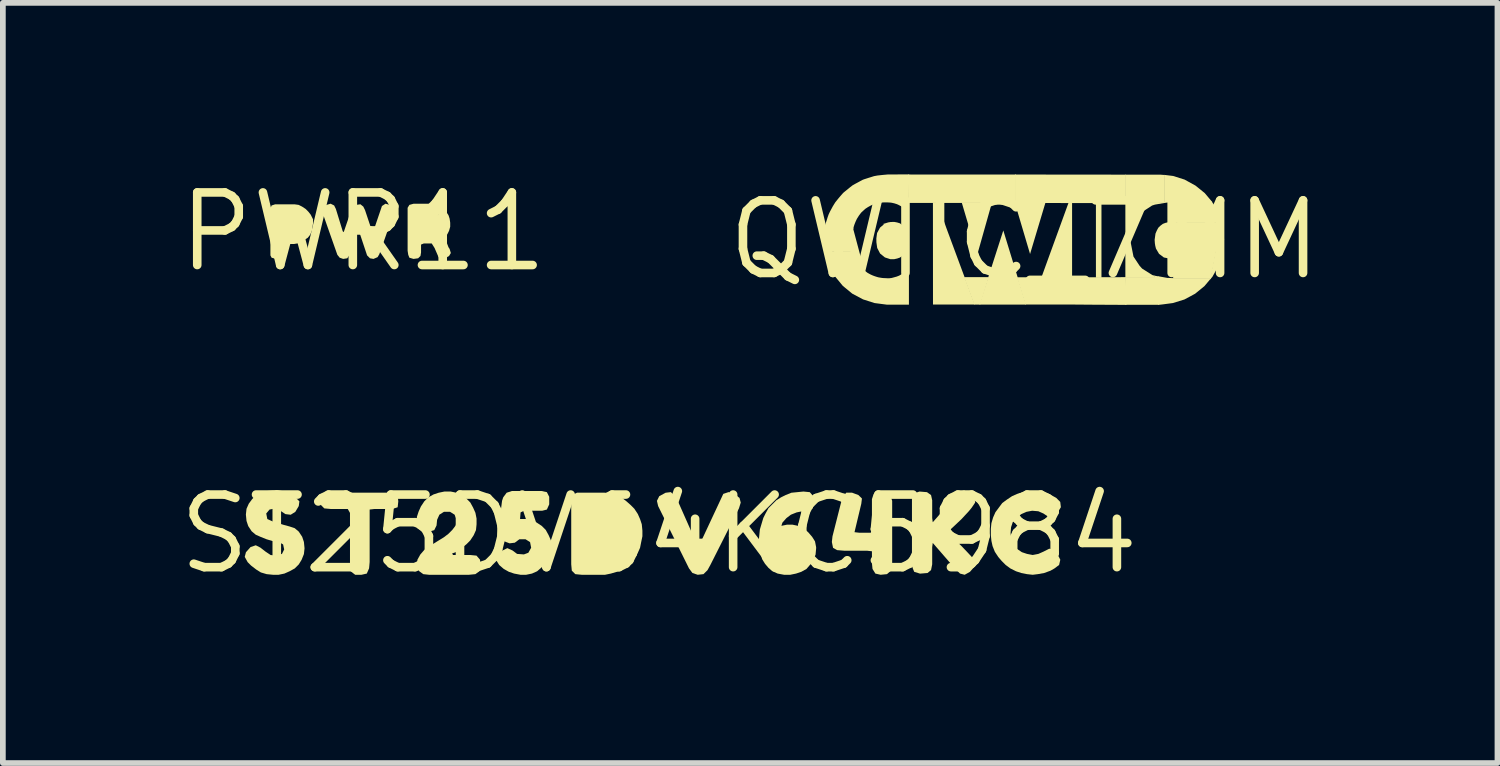
<source format=kicad_pcb>
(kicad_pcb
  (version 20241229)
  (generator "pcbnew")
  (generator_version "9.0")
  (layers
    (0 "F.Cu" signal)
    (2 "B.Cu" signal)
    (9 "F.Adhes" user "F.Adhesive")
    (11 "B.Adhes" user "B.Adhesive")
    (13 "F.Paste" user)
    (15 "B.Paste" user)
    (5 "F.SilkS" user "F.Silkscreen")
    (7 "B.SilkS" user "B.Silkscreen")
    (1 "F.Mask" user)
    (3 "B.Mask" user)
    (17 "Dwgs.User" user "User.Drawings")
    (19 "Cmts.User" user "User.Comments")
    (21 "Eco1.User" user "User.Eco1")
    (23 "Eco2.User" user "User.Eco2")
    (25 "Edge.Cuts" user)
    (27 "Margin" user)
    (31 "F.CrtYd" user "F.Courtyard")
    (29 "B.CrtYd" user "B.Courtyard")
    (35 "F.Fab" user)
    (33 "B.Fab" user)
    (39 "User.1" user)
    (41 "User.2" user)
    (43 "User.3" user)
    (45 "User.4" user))
  (footprint "ST25DV64KC5984"
    (layer "F.Cu")
    (at 8.474 6.291)
    (property "Reference" "ST25DV64KC5984" (at 0 0 0) (layer "F.SilkS") (effects (font (size 1.27 1.27) (thickness 0.15))))
    (fp_poly (pts (xy 1.321 -0.702) (xy 1.412 -0.631) (xy 1.433 -0.55) (xy 1.402 -0.449) (xy 0.902 0.541) (xy 0.852 0.632) (xy 0.781 0.702) (xy 0.68 0.713) (xy 0.588 0.682) (xy 0.528 0.601) (xy -0.012 -0.489) (xy -0.033 -0.58) (xy 0.008 -0.662) (xy 0.119 -0.722) (xy 0.211 -0.733) (xy 0.282 -0.662) (xy 0.322 -0.601) (xy 0.672 0.189) (xy 0.699 0.216) (xy 1.128 -0.702) (xy 1.22 -0.733)) (stroke (width 0) (type default)) (fill yes) (layer "F.SilkS"))
    (fp_poly (pts (xy -4.568 -0.671) (xy -4.557 -0.57) (xy -4.568 -0.468) (xy -4.66 -0.438) (xy -4.97 -0.438) (xy -5.058 -0.428) (xy -5.058 0.49) (xy -5.068 0.601) (xy -5.108 0.692) (xy -5.2 0.713) (xy -5.311 0.713) (xy -5.392 0.651) (xy -5.402 0.55) (xy -5.402 -0.369) (xy -5.441 -0.438) (xy -5.74 -0.438) (xy -5.851 -0.448) (xy -5.912 -0.509) (xy -5.923 -0.62) (xy -5.882 -0.702) (xy -5.78 -0.723) (xy -4.639 -0.723)) (stroke (width 0) (type default)) (fill yes) (layer "F.SilkS"))
    (fp_poly (pts (xy 3.491 -0.682) (xy 3.553 -0.621) (xy 3.542 -0.53) (xy 3.423 -0.032) (xy 3.51 -0.022) (xy 3.708 -0.022) (xy 3.728 -0.1) (xy 3.728 -0.61) (xy 3.758 -0.702) (xy 3.86 -0.723) (xy 3.971 -0.723) (xy 4.052 -0.672) (xy 4.082 -0.58) (xy 4.082 0.54) (xy 4.062 0.641) (xy 3.991 0.702) (xy 3.88 0.713) (xy 3.788 0.692) (xy 3.738 0.611) (xy 3.728 0.51) (xy 3.728 0.302) (xy 3.64 0.292) (xy 3.24 0.292) (xy 3.119 0.282) (xy 3.048 0.242) (xy 3.027 0.14) (xy 3.038 0.04) (xy 3.188 -0.551) (xy 3.218 -0.651) (xy 3.279 -0.723) (xy 3.38 -0.723)) (stroke (width 0) (type default)) (fill yes) (layer "F.SilkS"))
    (fp_poly (pts (xy -0.85 -0.712) (xy -0.749 -0.682) (xy -0.659 -0.642) (xy -0.578 -0.582) (xy -0.498 -0.512) (xy -0.428 -0.442) (xy -0.368 -0.351) (xy -0.328 -0.261) (xy -0.298 -0.171) (xy -0.287 -0.06) (xy -0.287 0.04) (xy -0.308 0.14) (xy -0.328 0.241) (xy -0.368 0.331) (xy -0.428 0.411) (xy -0.488 0.492) (xy -0.568 0.562) (xy -0.649 0.622) (xy -0.737 0.661) (xy -0.737 0.662) (xy -0.739 0.662) (xy -0.741 0.663) (xy -0.741 0.663) (xy -0.839 0.692) (xy -0.94 0.713) (xy -1.35 0.713) (xy -1.461 0.702) (xy -1.522 0.641) (xy -1.532 0.53) (xy -1.532 -0.59) (xy -1.512 -0.682) (xy -1.431 -0.723) (xy -0.95 -0.723)) (stroke (width 0) (type default)) (fill yes) (layer "F.SilkS"))
    (fp_poly (pts (xy 5.431 -0.722) (xy 5.522 -0.631) (xy 5.533 -0.549) (xy 5.472 -0.459) (xy 5.422 -0.398) (xy 5.292 -0.258) (xy 5.122 -0.098) (xy 5.044 -0.03) (xy 5.302 0.218) (xy 5.472 0.398) (xy 5.533 0.499) (xy 5.522 0.571) (xy 5.442 0.662) (xy 5.35 0.713) (xy 5.269 0.692) (xy 5.188 0.612) (xy 4.792 0.156) (xy 4.782 0.23) (xy 4.782 0.53) (xy 4.762 0.631) (xy 4.701 0.682) (xy 4.57 0.693) (xy 4.468 0.662) (xy 4.438 0.591) (xy 4.428 0.48) (xy 4.428 -0.631) (xy 4.468 -0.712) (xy 4.56 -0.743) (xy 4.691 -0.732) (xy 4.762 -0.681) (xy 4.782 -0.59) (xy 4.782 -0.28) (xy 4.792 -0.206) (xy 5.008 -0.452) (xy 5.188 -0.662) (xy 5.269 -0.742) (xy 5.34 -0.763)) (stroke (width 0) (type default)) (fill yes) (layer "F.SilkS"))
    (fp_poly (pts (xy 2.641 -0.732) (xy 2.702 -0.661) (xy 2.713 -0.55) (xy 2.692 -0.449) (xy 2.621 -0.398) (xy 2.51 -0.398) (xy 2.411 -0.378) (xy 2.311 -0.338) (xy 2.232 -0.278) (xy 2.162 -0.199) (xy 2.144 -0.143) (xy 2.24 -0.163) (xy 2.34 -0.163) (xy 2.441 -0.142) (xy 2.531 -0.102) (xy 2.612 -0.032) (xy 2.682 0.049) (xy 2.732 0.129) (xy 2.752 0.23) (xy 2.752 0.25) (xy 2.742 0.361) (xy 2.702 0.451) (xy 2.652 0.531) (xy 2.582 0.612) (xy 2.491 0.662) (xy 2.401 0.692) (xy 2.3 0.713) (xy 2.19 0.713) (xy 2.079 0.692) (xy 1.989 0.652) (xy 1.918 0.592) (xy 1.858 0.521) (xy 1.808 0.441) (xy 1.778 0.341) (xy 1.758 0.24) (xy 1.747 0.13) (xy 1.758 0.02) (xy 1.768 -0.08) (xy 1.798 -0.181) (xy 1.828 -0.281) (xy 1.868 -0.361) (xy 1.918 -0.452) (xy 1.988 -0.522) (xy 2.058 -0.592) (xy 2.139 -0.642) (xy 2.219 -0.682) (xy 2.319 -0.722) (xy 2.42 -0.732) (xy 2.53 -0.743)) (stroke (width 0) (type default)) (fill yes) (layer "F.SilkS"))
    (fp_poly (pts (xy -1.958 -0.732) (xy -1.917 -0.651) (xy -1.917 -0.519) (xy -1.958 -0.428) (xy -2.04 -0.407) (xy -2.359 -0.407) (xy -2.418 -0.378) (xy -2.427 -0.263) (xy -2.33 -0.263) (xy -2.229 -0.242) (xy -2.139 -0.202) (xy -2.048 -0.142) (xy -1.978 -0.072) (xy -1.928 0.019) (xy -1.888 0.109) (xy -1.877 0.22) (xy -1.898 0.321) (xy -1.928 0.421) (xy -1.978 0.501) (xy -2.048 0.582) (xy -2.129 0.652) (xy -2.219 0.692) (xy -2.32 0.713) (xy -2.42 0.713) (xy -2.531 0.692) (xy -2.621 0.662) (xy -2.711 0.612) (xy -2.792 0.542) (xy -2.843 0.46) (xy -2.812 0.379) (xy -2.732 0.288) (xy -2.65 0.247) (xy -2.559 0.288) (xy -2.479 0.348) (xy -2.36 0.357) (xy -2.282 0.328) (xy -2.233 0.24) (xy -2.252 0.142) (xy -2.331 0.092) (xy -2.439 0.092) (xy -2.519 0.152) (xy -2.61 0.163) (xy -2.721 0.122) (xy -2.802 0.062) (xy -2.823 0.000212) (xy -2.792 -0.19) (xy -2.742 -0.581) (xy -2.722 -0.641) (xy -2.662 -0.722) (xy -2.57 -0.752) (xy -2.05 -0.752)) (stroke (width 0) (type default)) (fill yes) (layer "F.SilkS"))
    (fp_poly (pts (xy -3.539 -0.722) (xy -3.449 -0.682) (xy -3.368 -0.622) (xy -3.298 -0.552) (xy -3.248 -0.461) (xy -3.208 -0.371) (xy -3.188 -0.27) (xy -3.188 -0.17) (xy -3.198 -0.069) (xy -3.238 0.021) (xy -3.298 0.112) (xy -3.368 0.182) (xy -3.458 0.252) (xy -3.539 0.312) (xy -3.616 0.341) (xy -3.599 0.367) (xy -3.3 0.367) (xy -3.189 0.378) (xy -3.128 0.449) (xy -3.117 0.55) (xy -3.138 0.651) (xy -3.209 0.702) (xy -3.32 0.713) (xy -4.02 0.713) (xy -4.121 0.702) (xy -4.202 0.642) (xy -4.233 0.54) (xy -4.222 0.449) (xy -4.172 0.359) (xy -4.102 0.278) (xy -4.021 0.218) (xy -3.761 0.058) (xy -3.682 -0.002) (xy -3.612 -0.072) (xy -3.552 -0.151) (xy -3.533 -0.24) (xy -3.572 -0.338) (xy -3.651 -0.388) (xy -3.759 -0.388) (xy -3.838 -0.338) (xy -3.878 -0.249) (xy -3.888 -0.149) (xy -3.928 -0.068) (xy -4.03 -0.037) (xy -4.151 -0.048) (xy -4.222 -0.099) (xy -4.232 -0.19) (xy -4.232 -0.3) (xy -4.202 -0.391) (xy -4.162 -0.481) (xy -4.102 -0.572) (xy -4.032 -0.642) (xy -3.941 -0.692) (xy -3.851 -0.722) (xy -3.75 -0.743) (xy -3.64 -0.743)) (stroke (width 0) (type default)) (fill yes) (layer "F.SilkS"))
    (fp_poly (pts (xy 6.66 -0.742) (xy 6.771 -0.722) (xy 6.861 -0.682) (xy 6.952 -0.632) (xy 7.022 -0.561) (xy 7.033 -0.469) (xy 6.972 -0.368) (xy 6.891 -0.297) (xy 6.819 -0.297) (xy 6.729 -0.358) (xy 6.639 -0.398) (xy 6.53 -0.407) (xy 6.431 -0.388) (xy 6.341 -0.348) (xy 6.262 -0.288) (xy 6.192 -0.209) (xy 6.162 -0.119) (xy 6.153 -0.02) (xy 6.162 0.089) (xy 6.202 0.179) (xy 6.262 0.258) (xy 6.351 0.318) (xy 6.441 0.348) (xy 6.54 0.367) (xy 6.639 0.348) (xy 6.729 0.308) (xy 6.83 0.257) (xy 6.901 0.268) (xy 6.972 0.349) (xy 7.023 0.45) (xy 7.002 0.541) (xy 6.921 0.602) (xy 6.851 0.642) (xy 6.741 0.682) (xy 6.63 0.702) (xy 6.54 0.713) (xy 6.44 0.702) (xy 6.339 0.682) (xy 6.249 0.652) (xy 6.149 0.602) (xy 6.068 0.542) (xy 5.998 0.472) (xy 5.938 0.402) (xy 5.878 0.311) (xy 5.838 0.211) (xy 5.818 0.12) (xy 5.808 0.02) (xy 5.808 -0.09) (xy 5.818 -0.19) (xy 5.848 -0.291) (xy 5.888 -0.381) (xy 5.948 -0.462) (xy 6.008 -0.542) (xy 6.089 -0.602) (xy 6.179 -0.662) (xy 6.269 -0.702) (xy 6.369 -0.732) (xy 6.47 -0.752) (xy 6.56 -0.752)) (stroke (width 0) (type default)) (fill yes) (layer "F.SilkS"))
    (fp_poly (pts (xy -6.539 -0.742) (xy -6.439 -0.702) (xy -6.368 -0.652) (xy -6.287 -0.571) (xy -6.298 -0.489) (xy -6.358 -0.388) (xy -6.439 -0.337) (xy -6.531 -0.348) (xy -6.621 -0.408) (xy -6.71 -0.447) (xy -6.809 -0.428) (xy -6.867 -0.359) (xy -6.848 -0.262) (xy -6.759 -0.222) (xy -6.569 -0.162) (xy -6.459 -0.132) (xy -6.369 -0.102) (xy -6.298 -0.042) (xy -6.238 0.049) (xy -6.208 0.139) (xy -6.197 0.25) (xy -6.208 0.351) (xy -6.248 0.451) (xy -6.298 0.532) (xy -6.368 0.602) (xy -6.459 0.652) (xy -6.549 0.692) (xy -6.65 0.713) (xy -6.75 0.713) (xy -6.86 0.702) (xy -6.961 0.672) (xy -7.041 0.622) (xy -7.132 0.552) (xy -7.192 0.492) (xy -7.243 0.4) (xy -7.222 0.319) (xy -7.141 0.228) (xy -7.05 0.197) (xy -6.969 0.238) (xy -6.879 0.308) (xy -6.789 0.368) (xy -6.69 0.377) (xy -6.592 0.348) (xy -6.553 0.27) (xy -6.572 0.182) (xy -6.661 0.132) (xy -6.76 0.122) (xy -6.861 0.092) (xy -6.961 0.052) (xy -7.051 0.012) (xy -7.122 -0.048) (xy -7.182 -0.139) (xy -7.212 -0.229) (xy -7.223 -0.34) (xy -7.212 -0.441) (xy -7.172 -0.531) (xy -7.112 -0.612) (xy -7.041 -0.682) (xy -6.961 -0.722) (xy -6.86 -0.752) (xy -6.75 -0.762) (xy -6.64 -0.762)) (stroke (width 0) (type default)) (fill yes) (layer "F.SilkS")))
  (footprint "PWR11"
    (layer "F.Cu")
    (at 3.303 1.006)
    (property "Reference" "PWR11" (at 0 0 0) (layer "F.SilkS") (effects (font (size 1.27 1.27) (thickness 0.15))))
    (fp_poly (pts (xy -1.129 -0.472) (xy -1.069 -0.442) (xy -1.008 -0.402) (xy -0.958 -0.352) (xy -0.918 -0.301) (xy -0.888 -0.241) (xy -0.877 -0.221) (xy -0.877 -0.15) (xy -0.888 -0.08) (xy -0.898 -0.019) (xy -0.928 0.051) (xy -0.968 0.102) (xy -1.029 0.142) (xy -1.087 0.181) (xy -1.086 0.181) (xy -1.089 0.182) (xy -1.091 0.184) (xy -1.091 0.183) (xy -1.149 0.202) (xy -1.21 0.212) (xy -1.349 0.212) (xy -1.387 0.232) (xy -1.387 0.37) (xy -1.398 0.431) (xy -1.439 0.472) (xy -1.53 0.472) (xy -1.602 0.452) (xy -1.623 0.411) (xy -1.623 -0.41) (xy -1.602 -0.462) (xy -1.54 -0.482) (xy -1.2 -0.482)) (stroke (width 0) (type default)) (fill yes) (layer "F.SilkS"))
    (fp_poly (pts (xy 0.461 -0.472) (xy 0.532 -0.432) (xy 0.553 -0.39) (xy 0.532 -0.319) (xy 0.282 0.391) (xy 0.252 0.442) (xy 0.18 0.473) (xy 0.119 0.462) (xy 0.068 0.411) (xy 0.048 0.351) (xy -0.08 -0.033) (xy -0.158 0.171) (xy -0.238 0.401) (xy -0.279 0.462) (xy -0.35 0.473) (xy -0.411 0.452) (xy -0.452 0.401) (xy -0.702 -0.309) (xy -0.713 -0.38) (xy -0.702 -0.432) (xy -0.641 -0.472) (xy -0.57 -0.493) (xy -0.508 -0.462) (xy -0.478 -0.401) (xy -0.358 -0.011) (xy -0.341 0.005) (xy -0.212 -0.371) (xy -0.182 -0.442) (xy -0.121 -0.472) (xy -0.049 -0.483) (xy 0.002 -0.442) (xy 0.032 -0.381) (xy 0.161 0.005) (xy 0.178 -0.011) (xy 0.328 -0.452) (xy 0.39 -0.493)) (stroke (width 0) (type default)) (fill yes) (layer "F.SilkS"))
    (fp_poly (pts (xy 1.22 -0.482) (xy 1.281 -0.472) (xy 1.351 -0.442) (xy 1.404 -0.4) (xy 1.305 -0.288) (xy 1.41 -0.394) (xy 1.452 -0.352) (xy 1.492 -0.291) (xy 1.512 -0.231) (xy 1.522 -0.16) (xy 1.522 -0.09) (xy 1.502 -0.019) (xy 1.472 0.041) (xy 1.433 0.091) (xy 1.442 0.139) (xy 1.492 0.269) (xy 1.512 0.299) (xy 1.533 0.37) (xy 1.502 0.422) (xy 1.431 0.462) (xy 1.37 0.473) (xy 1.318 0.442) (xy 1.248 0.281) (xy 1.199 0.203) (xy 1.06 0.203) (xy 1.012 0.222) (xy 1.012 0.36) (xy 1.002 0.421) (xy 0.961 0.462) (xy 0.88 0.473) (xy 0.808 0.452) (xy 0.788 0.401) (xy 0.777 0.33) (xy 0.777 -0.421) (xy 0.808 -0.472) (xy 0.88 -0.492) (xy 1.16 -0.492)) (stroke (width 0) (type default)) (fill yes) (layer "F.SilkS")))
  (footprint "QWIIC_7MM"
    (layer "F.Cu")
    (at 14.875 1.145)
    (property "Reference" "QWIIC_7MM" (at 0 0 0) (layer "F.SilkS") (effects (font (size 1.27 1.27) (thickness 0.15))))
    (fp_line (start -0.165 -1.136) (end -0.165 -0.65) (stroke (width 0.013) (type solid)) (layer "F.SilkS"))
    (fp_poly (pts (xy 0.022 1.133) (xy -0.792 1.133) (xy -0.375 -0.164)) (stroke (width 0) (type default)) (fill yes) (layer "F.SilkS"))
    (fp_poly (pts (xy -0.831 0.261) (xy -1.098 -0.638) (xy -1.102 -0.654) (xy -0.573 -0.654)) (stroke (width 0) (type default)) (fill yes) (layer "F.SilkS"))
    (fp_poly (pts (xy 1.255 -0.652) (xy 1.342 -0.652) (xy 1.342 0.664) (xy 1.245 0.664) (xy 1.245 -0.662)) (stroke (width 0) (type default)) (fill yes) (layer "F.SilkS"))
    (fp_poly (pts (xy 2.606 -0.31) (xy 3.444 -0.311) (xy 3.255 0.679) (xy 2.596 0.678) (xy 2.595 -0.333)) (stroke (width 0) (type default)) (fill yes) (layer "F.SilkS"))
    (fp_poly (pts (xy -1.989 -1.142) (xy -0.161 -1.142) (xy -0.162 -0.645) (xy -2.033 -0.645) (xy -2.033 -1.144) (xy -2.026 -1.144)) (stroke (width 0) (type default)) (fill yes) (layer "F.SilkS"))
    (fp_poly (pts (xy -1.369 -0.201) (xy -0.875 1.132) (xy -1.605 1.132) (xy -1.606 -0.545) (xy -1.606 -0.655) (xy -1.531 -0.655)) (stroke (width 0) (type default)) (fill yes) (layer "F.SilkS"))
    (fp_poly (pts (xy -0.779 1.133) (xy -0.884 1.133) (xy -1.043 0.706) (xy -1.06 0.661) (xy -1.06 0.653) (xy -0.628 0.653)) (stroke (width 0) (type default)) (fill yes) (layer "F.SilkS"))
    (fp_poly (pts (xy 0.36 -0.643) (xy 0.093 0.248) (xy -0.172 -0.645) (xy -0.166 -0.647) (xy -0.166 -0.652) (xy 0.363 -0.655)) (stroke (width 0) (type default)) (fill yes) (layer "F.SilkS"))
    (fp_poly (pts (xy 0.828 0.665) (xy 0.289 0.665) (xy 0.427 0.284) (xy 0.607 -0.211) (xy 0.768 -0.654) (xy 0.828 -0.654)) (stroke (width 0) (type default)) (fill yes) (layer "F.SilkS"))
    (fp_poly (pts (xy 1.768 -1.14) (xy 1.768 -0.643) (xy 0.844 -0.643) (xy 0.419 -0.644) (xy -0.169 -0.643) (xy -0.169 -1.142)) (stroke (width 0) (type default)) (fill yes) (layer "F.SilkS"))
    (fp_poly (pts (xy 2.338 0.64) (xy 2.338 1.137) (xy 1.759 1.137) (xy 1.759 0.659) (xy 1.763 0.655) (xy 2.267 0.654) (xy 2.267 0.626)) (stroke (width 0) (type default)) (fill yes) (layer "F.SilkS"))
    (fp_poly (pts (xy 2.394 -1.138) (xy 2.42 -1.136) (xy 2.449 -1.134) (xy 2.45 -0.646) (xy 1.758 -0.645) (xy 1.758 -1.14) (xy 2.368 -1.14)) (stroke (width 0) (type default)) (fill yes) (layer "F.SilkS"))
    (fp_poly (pts (xy 1.771 0.803) (xy 1.78 1.138) (xy 1.197 1.135) (xy 0.814 1.132) (xy 0.011 1.132) (xy -0.136 0.655) (xy 1.087 0.655) (xy 1.768 0.653)) (stroke (width 0) (type default)) (fill yes) (layer "F.SilkS"))
    (fp_poly (pts (xy 3.273 -0.667) (xy 3.31 -0.611) (xy 3.38 -0.483) (xy 3.404 -0.43) (xy 3.444 -0.302) (xy 2.595 -0.301) (xy 2.596 -0.659) (xy 2.591 -0.668)) (stroke (width 0) (type default)) (fill yes) (layer "F.SilkS"))
    (fp_poly (pts (xy 2.595 -1.117) (xy 2.795 -1.054) (xy 2.986 -0.949) (xy 3.148 -0.818) (xy 3.283 -0.658) (xy 2.533 -0.658) (xy 2.442 -0.644) (xy 2.441 -1.128) (xy 2.441 -1.136)) (stroke (width 0) (type default)) (fill yes) (layer "F.SilkS"))
    (fp_poly (pts (xy 3.466 -0.214) (xy 3.487 -0.007) (xy 3.466 0.208) (xy 3.406 0.413) (xy 3.387 0.46) (xy 3.283 0.646) (xy 3.241 0.694) (xy 3.431 -0.306) (xy 3.442 -0.316)) (stroke (width 0) (type default)) (fill yes) (layer "F.SilkS"))
    (fp_poly (pts (xy 2.493 0.666) (xy 2.6 0.67) (xy 3.261 0.67) (xy 3.143 0.81) (xy 2.98 0.943) (xy 2.792 1.044) (xy 2.591 1.106) (xy 2.41 1.13) (xy 2.331 1.139) (xy 2.328 0.636)) (stroke (width 0) (type default)) (fill yes) (layer "F.SilkS"))
    (fp_poly (pts (xy 2.606 0.339) (xy 2.546 0.331) (xy 2.434 0.309) (xy 2.349 0.245) (xy 2.295 0.153) (xy 2.283 0.104) (xy 2.276 0.06) (xy 2.272 -0.000228) (xy 2.287 -0.109) (xy 2.31 -0.162) (xy 2.336 -0.211) (xy 2.372 -0.246) (xy 2.415 -0.279) (xy 2.463 -0.297) (xy 2.514 -0.309) (xy 2.596 -0.312) (xy 2.606 -0.317)) (stroke (width 0) (type default)) (fill yes) (layer "F.SilkS"))
    (fp_poly (pts (xy 2.451 -0.646) (xy 2.278 -0.616) (xy 2.228 -0.6) (xy 2.052 -0.486) (xy 2.016 -0.449) (xy 1.9 -0.27) (xy 1.851 -0.023) (xy 1.851 0.035) (xy 1.902 0.293) (xy 2.009 0.454) (xy 2.053 0.503) (xy 2.231 0.616) (xy 2.274 0.628) (xy 2.274 0.665) (xy 1.76 0.665) (xy 1.76 -0.649) (xy 1.762 -0.657) (xy 2.45 -0.657)) (stroke (width 0) (type default)) (fill yes) (layer "F.SilkS"))
    (fp_poly (pts (xy -2.996 -0.208) (xy -3.009 -0.159) (xy -3.013 -0.127) (xy -3.018 -0.073) (xy -3.022 -0.015) (xy -3.023 0.006) (xy -3.021 0.034) (xy -3.019 0.065) (xy -3.013 0.123) (xy -3.01 0.148) (xy -3.006 0.171) (xy -2.996 0.209) (xy -3.502 0.209) (xy -3.509 0.113) (xy -3.511 0.098) (xy -3.513 0.075) (xy -3.516 0.046) (xy -3.518 0.016) (xy -3.52 -0.005) (xy -3.519 -0.035) (xy -3.515 -0.071) (xy -3.511 -0.11) (xy -3.508 -0.143) (xy -3.502 -0.215)) (stroke (width 0) (type default)) (fill yes) (layer "F.SilkS"))
    (fp_poly (pts (xy -2.233 -0.304) (xy -2.181 -0.288) (xy -2.096 -0.215) (xy -2.045 -0.122) (xy -2.03 -0.009) (xy -2.031 0.046) (xy -2.046 0.143) (xy -2.103 0.246) (xy -2.182 0.31) (xy -2.231 0.327) (xy -2.285 0.339) (xy -2.35 0.339) (xy -2.446 0.308) (xy -2.53 0.24) (xy -2.581 0.142) (xy -2.595 0.042) (xy -2.596 -0.025) (xy -2.583 -0.119) (xy -2.531 -0.214) (xy -2.459 -0.275) (xy -2.484 -0.275) (xy -2.387 -0.305) (xy -2.342 -0.312) (xy -2.281 -0.313)) (stroke (width 0) (type default)) (fill yes) (layer "F.SilkS"))
    (fp_poly (pts (xy -2.991 0.231) (xy -2.982 0.266) (xy -2.94 0.364) (xy -2.866 0.473) (xy -2.787 0.549) (xy -2.749 0.578) (xy -2.696 0.607) (xy -2.658 0.624) (xy -2.626 0.636) (xy -2.589 0.648) (xy -2.561 0.656) (xy -2.527 0.662) (xy -2.487 0.668) (xy -2.447 0.67) (xy -2.409 0.672) (xy -2.367 0.672) (xy -2.332 0.668) (xy -2.304 0.661) (xy -2.239 0.643) (xy -2.196 0.626) (xy -2.159 0.604) (xy -2.13 0.584) (xy -2.101 0.558) (xy -2.073 0.529) (xy -2.026 0.48) (xy -2.026 1.134) (xy -2.413 1.134) (xy -2.628 1.106) (xy -2.828 1.042) (xy -3.018 0.941) (xy -3.182 0.806) (xy -3.319 0.64) (xy -3.422 0.458) (xy -3.436 0.422) (xy -3.452 0.381) (xy -3.47 0.319) (xy -3.485 0.272) (xy -3.503 0.2) (xy -2.998 0.199)) (stroke (width 0) (type default)) (fill yes) (layer "F.SilkS"))
    (fp_poly (pts (xy -2.027 -0.472) (xy -2.065 -0.508) (xy -2.086 -0.529) (xy -2.113 -0.554) (xy -2.145 -0.577) (xy -2.174 -0.593) (xy -2.212 -0.613) (xy -2.237 -0.624) (xy -2.281 -0.638) (xy -2.325 -0.648) (xy -2.355 -0.652) (xy -2.416 -0.655) (xy -2.474 -0.654) (xy -2.535 -0.648) (xy -2.577 -0.64) (xy -2.632 -0.625) (xy -2.689 -0.602) (xy -2.742 -0.573) (xy -2.788 -0.543) (xy -2.82 -0.514) (xy -2.862 -0.475) (xy -2.901 -0.423) (xy -2.936 -0.367) (xy -2.96 -0.316) (xy -2.979 -0.268) (xy -2.989 -0.237) (xy -2.999 -0.198) (xy -3.377 -0.197) (xy -3.412 -0.189) (xy -3.503 -0.192) (xy -3.499 -0.23) (xy -3.49 -0.257) (xy -3.484 -0.28) (xy -3.477 -0.304) (xy -3.466 -0.337) (xy -3.449 -0.392) (xy -3.431 -0.443) (xy -3.406 -0.496) (xy -3.379 -0.546) (xy -3.358 -0.585) (xy -3.331 -0.629) (xy -3.31 -0.662) (xy -3.294 -0.681) (xy -3.262 -0.721) (xy -3.235 -0.753) (xy -3.192 -0.803) (xy -3.169 -0.827) (xy -3.138 -0.852) (xy -3.108 -0.876) (xy -3.08 -0.899) (xy -3.051 -0.923) (xy -3.012 -0.953) (xy -2.968 -0.978) (xy -2.923 -1.002) (xy -2.875 -1.028) (xy -2.836 -1.049) (xy -2.81 -1.059) (xy -2.791 -1.065) (xy -2.729 -1.085) (xy -2.69 -1.097) (xy -2.636 -1.114) (xy -2.576 -1.125) (xy -2.485 -1.135) (xy -2.395 -1.143) (xy -2.344 -1.143) (xy -2.024 -1.145)) (stroke (width 0) (type default)) (fill yes) (layer "F.SilkS")))
  (gr_rect
    (start -3 -3)
    (end 23.144 10.297)
    (stroke (width 0.1) (type default))
    (fill no)
    (layer "Edge.Cuts")))
</source>
